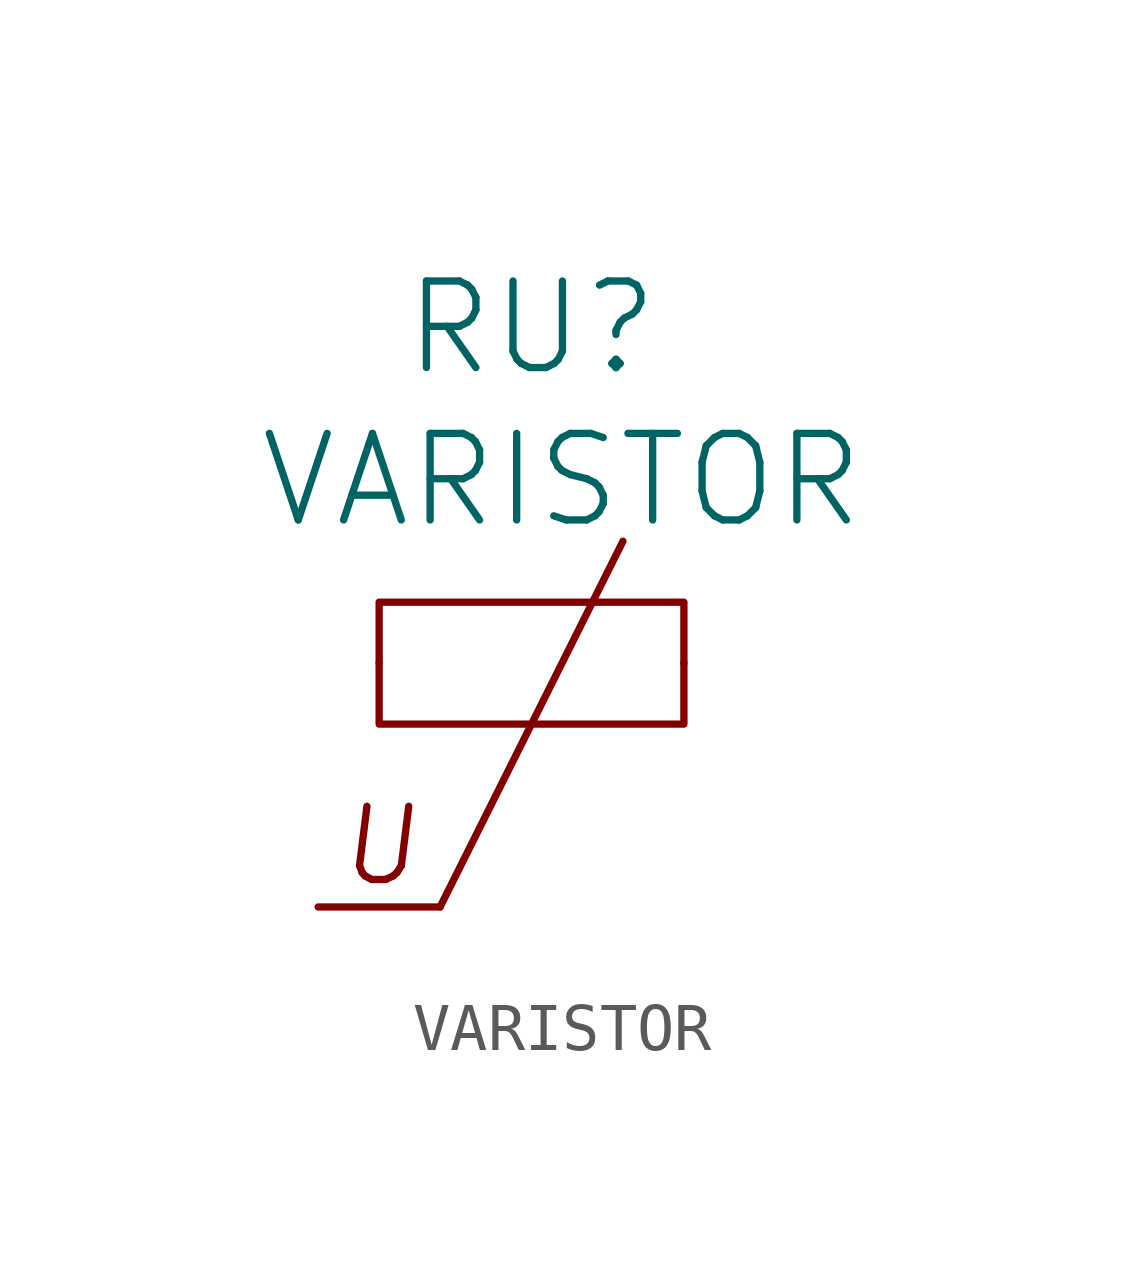
<source format=kicad_sym>
(kicad_symbol_lib
  (version 20211014)
  (generator kicad_symbol_editor)
  (symbol "VARISTOR"
    (pin_numbers hide)
    (property "Reference" "RU"
      (at 3.175 6.985 0)
      (effects (font (size 1.803 1.803))))
    (property "Value" "VARISTOR"
      (at 3.81 3.81 0)
      (effects (font (size 1.803 1.803))))
    (property "Footprint" ""
      (at 0 0 0)
      (effects (font (size 1.524 1.524))))
    (property "Datasheet" ""
      (at 1.27 -5.08 0)
      (effects (font (size 1.524 1.524))))
    (symbol "VARISTOR_0_0"
      (text "U" (at 0 -3.81 0) (effects (font (size 1.524 1.524) italic))))
    (symbol "VARISTOR_0_1"
      (polyline (pts (xy 1.27 -5.08) (xy -1.27 -5.08)) (stroke (width 0) (type default) (color 0 0 0 0)) (fill (type none)))
      (polyline (pts (xy 5.08 2.54) (xy 1.27 -5.08)) (stroke (width 0) (type default) (color 0 0 0 0)) (fill (type none)))
      (rectangle (start 0 1.27) (end 6.35 -1.27) (stroke (width 0) (type default) (color 0 0 0 0)) (fill (type none))))
    (symbol "VARISTOR_1_1"
      (pin passive line (at 0 0 0) (length 0) (name "~" (effects (font (size 1.27 1.27)))) (number "1" (effects (font (size 1.27 1.27)))))
      (pin passive line (at 6.35 0 180) (length 0) (name "~" (effects (font (size 1.27 1.27)))) (number "2" (effects (font (size 1.27 1.27))))))))
</source>
